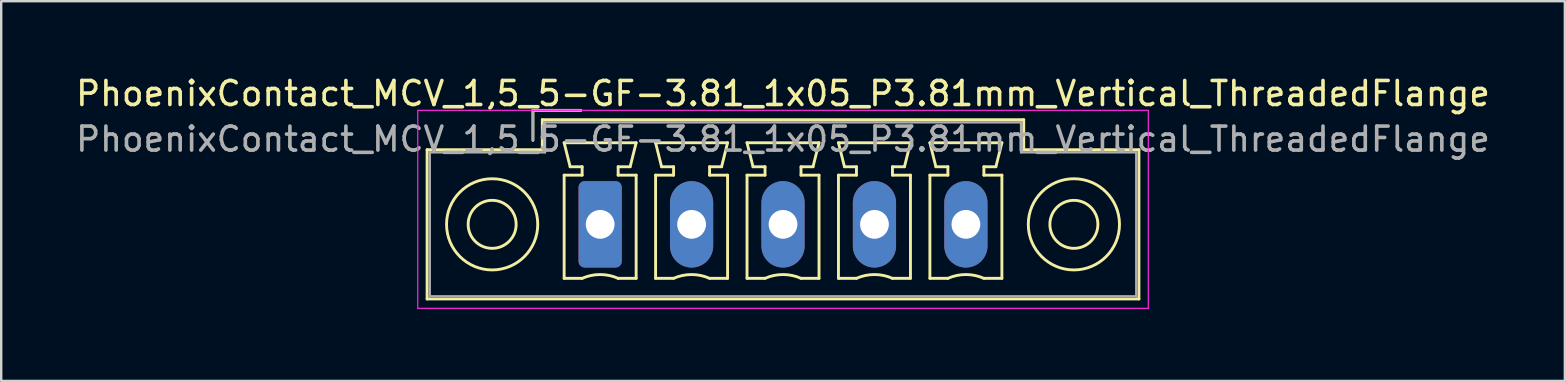
<source format=kicad_pcb>
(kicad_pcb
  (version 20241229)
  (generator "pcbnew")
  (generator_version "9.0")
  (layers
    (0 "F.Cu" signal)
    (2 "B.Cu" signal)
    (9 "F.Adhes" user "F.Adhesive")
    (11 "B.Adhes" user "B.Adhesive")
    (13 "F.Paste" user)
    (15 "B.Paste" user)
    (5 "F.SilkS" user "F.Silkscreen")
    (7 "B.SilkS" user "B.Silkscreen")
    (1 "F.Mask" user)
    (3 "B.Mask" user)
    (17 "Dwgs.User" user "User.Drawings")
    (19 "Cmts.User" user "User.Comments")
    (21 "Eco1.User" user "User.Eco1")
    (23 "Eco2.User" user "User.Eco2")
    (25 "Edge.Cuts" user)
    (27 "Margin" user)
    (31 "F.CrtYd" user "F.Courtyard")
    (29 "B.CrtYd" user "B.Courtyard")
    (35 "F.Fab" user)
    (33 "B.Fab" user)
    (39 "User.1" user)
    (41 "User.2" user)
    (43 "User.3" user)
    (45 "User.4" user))
  (footprint "PhoenixContact_MCV_1,5_5-GF-3.81_1x05_P3.81mm_Vertical_ThreadedFlange"
    (layer "F.Cu")
    (at 21.957 6.298)
    (property "Reference" "PhoenixContact_MCV_1,5_5-GF-3.81_1x05_P3.81mm_Vertical_ThreadedFlange" (at 7.62 -5.45 0) (layer "F.SilkS") (effects (font (size 1 1) (thickness 0.15))))
    (attr through_hole)
    (fp_line (start -7.21 -3.11) (end -7.21 3.11) (stroke (width 0.12) (type solid)) (layer "F.SilkS"))
    (fp_line (start -7.21 3.11) (end 22.45 3.11) (stroke (width 0.12) (type solid)) (layer "F.SilkS"))
    (fp_line (start -2.8 -4.75) (end -0.8 -4.75) (stroke (width 0.12) (type solid)) (layer "F.SilkS"))
    (fp_line (start -2.8 -3.5) (end -2.8 -4.75) (stroke (width 0.12) (type solid)) (layer "F.SilkS"))
    (fp_line (start -2.41 -4.36) (end -2.41 -3.11) (stroke (width 0.12) (type solid)) (layer "F.SilkS"))
    (fp_line (start -2.41 -3.11) (end -7.21 -3.11) (stroke (width 0.12) (type solid)) (layer "F.SilkS"))
    (fp_line (start -1.5 -3.4) (end 1.5 -3.4) (stroke (width 0.12) (type solid)) (layer "F.SilkS"))
    (fp_line (start -1.5 -2.05) (end -0.75 -2.05) (stroke (width 0.12) (type solid)) (layer "F.SilkS"))
    (fp_line (start -1.5 2.25) (end -1.5 -2.05) (stroke (width 0.12) (type solid)) (layer "F.SilkS"))
    (fp_line (start -1.25 -2.4) (end -1.5 -3.4) (stroke (width 0.12) (type solid)) (layer "F.SilkS"))
    (fp_line (start -0.75 -2.4) (end -1.25 -2.4) (stroke (width 0.12) (type solid)) (layer "F.SilkS"))
    (fp_line (start -0.75 -2.05) (end -0.75 -2.4) (stroke (width 0.12) (type solid)) (layer "F.SilkS"))
    (fp_line (start -0.75 2.25) (end -1.5 2.25) (stroke (width 0.12) (type solid)) (layer "F.SilkS"))
    (fp_line (start 0.75 -2.4) (end 0.75 -2.05) (stroke (width 0.12) (type solid)) (layer "F.SilkS"))
    (fp_line (start 0.75 -2.05) (end 1.5 -2.05) (stroke (width 0.12) (type solid)) (layer "F.SilkS"))
    (fp_line (start 1.25 -2.4) (end 0.75 -2.4) (stroke (width 0.12) (type solid)) (layer "F.SilkS"))
    (fp_line (start 1.5 -3.4) (end 1.25 -2.4) (stroke (width 0.12) (type solid)) (layer "F.SilkS"))
    (fp_line (start 1.5 -2.05) (end 1.5 2.25) (stroke (width 0.12) (type solid)) (layer "F.SilkS"))
    (fp_line (start 1.5 2.25) (end 0.75 2.25) (stroke (width 0.12) (type solid)) (layer "F.SilkS"))
    (fp_line (start 2.31 -3.4) (end 5.31 -3.4) (stroke (width 0.12) (type solid)) (layer "F.SilkS"))
    (fp_line (start 2.31 -2.05) (end 3.06 -2.05) (stroke (width 0.12) (type solid)) (layer "F.SilkS"))
    (fp_line (start 2.31 2.25) (end 2.31 -2.05) (stroke (width 0.12) (type solid)) (layer "F.SilkS"))
    (fp_line (start 2.56 -2.4) (end 2.31 -3.4) (stroke (width 0.12) (type solid)) (layer "F.SilkS"))
    (fp_line (start 3.06 -2.4) (end 2.56 -2.4) (stroke (width 0.12) (type solid)) (layer "F.SilkS"))
    (fp_line (start 3.06 -2.05) (end 3.06 -2.4) (stroke (width 0.12) (type solid)) (layer "F.SilkS"))
    (fp_line (start 3.06 2.25) (end 2.31 2.25) (stroke (width 0.12) (type solid)) (layer "F.SilkS"))
    (fp_line (start 4.56 -2.4) (end 4.56 -2.05) (stroke (width 0.12) (type solid)) (layer "F.SilkS"))
    (fp_line (start 4.56 -2.05) (end 5.31 -2.05) (stroke (width 0.12) (type solid)) (layer "F.SilkS"))
    (fp_line (start 5.06 -2.4) (end 4.56 -2.4) (stroke (width 0.12) (type solid)) (layer "F.SilkS"))
    (fp_line (start 5.31 -3.4) (end 5.06 -2.4) (stroke (width 0.12) (type solid)) (layer "F.SilkS"))
    (fp_line (start 5.31 -2.05) (end 5.31 2.25) (stroke (width 0.12) (type solid)) (layer "F.SilkS"))
    (fp_line (start 5.31 2.25) (end 4.56 2.25) (stroke (width 0.12) (type solid)) (layer "F.SilkS"))
    (fp_line (start 6.12 -3.4) (end 9.12 -3.4) (stroke (width 0.12) (type solid)) (layer "F.SilkS"))
    (fp_line (start 6.12 -2.05) (end 6.87 -2.05) (stroke (width 0.12) (type solid)) (layer "F.SilkS"))
    (fp_line (start 6.12 2.25) (end 6.12 -2.05) (stroke (width 0.12) (type solid)) (layer "F.SilkS"))
    (fp_line (start 6.37 -2.4) (end 6.12 -3.4) (stroke (width 0.12) (type solid)) (layer "F.SilkS"))
    (fp_line (start 6.87 -2.4) (end 6.37 -2.4) (stroke (width 0.12) (type solid)) (layer "F.SilkS"))
    (fp_line (start 6.87 -2.05) (end 6.87 -2.4) (stroke (width 0.12) (type solid)) (layer "F.SilkS"))
    (fp_line (start 6.87 2.25) (end 6.12 2.25) (stroke (width 0.12) (type solid)) (layer "F.SilkS"))
    (fp_line (start 8.37 -2.4) (end 8.37 -2.05) (stroke (width 0.12) (type solid)) (layer "F.SilkS"))
    (fp_line (start 8.37 -2.05) (end 9.12 -2.05) (stroke (width 0.12) (type solid)) (layer "F.SilkS"))
    (fp_line (start 8.87 -2.4) (end 8.37 -2.4) (stroke (width 0.12) (type solid)) (layer "F.SilkS"))
    (fp_line (start 9.12 -3.4) (end 8.87 -2.4) (stroke (width 0.12) (type solid)) (layer "F.SilkS"))
    (fp_line (start 9.12 -2.05) (end 9.12 2.25) (stroke (width 0.12) (type solid)) (layer "F.SilkS"))
    (fp_line (start 9.12 2.25) (end 8.37 2.25) (stroke (width 0.12) (type solid)) (layer "F.SilkS"))
    (fp_line (start 9.93 -3.4) (end 12.93 -3.4) (stroke (width 0.12) (type solid)) (layer "F.SilkS"))
    (fp_line (start 9.93 -2.05) (end 10.68 -2.05) (stroke (width 0.12) (type solid)) (layer "F.SilkS"))
    (fp_line (start 9.93 2.25) (end 9.93 -2.05) (stroke (width 0.12) (type solid)) (layer "F.SilkS"))
    (fp_line (start 10.18 -2.4) (end 9.93 -3.4) (stroke (width 0.12) (type solid)) (layer "F.SilkS"))
    (fp_line (start 10.68 -2.4) (end 10.18 -2.4) (stroke (width 0.12) (type solid)) (layer "F.SilkS"))
    (fp_line (start 10.68 -2.05) (end 10.68 -2.4) (stroke (width 0.12) (type solid)) (layer "F.SilkS"))
    (fp_line (start 10.68 2.25) (end 9.93 2.25) (stroke (width 0.12) (type solid)) (layer "F.SilkS"))
    (fp_line (start 12.18 -2.4) (end 12.18 -2.05) (stroke (width 0.12) (type solid)) (layer "F.SilkS"))
    (fp_line (start 12.18 -2.05) (end 12.93 -2.05) (stroke (width 0.12) (type solid)) (layer "F.SilkS"))
    (fp_line (start 12.68 -2.4) (end 12.18 -2.4) (stroke (width 0.12) (type solid)) (layer "F.SilkS"))
    (fp_line (start 12.93 -3.4) (end 12.68 -2.4) (stroke (width 0.12) (type solid)) (layer "F.SilkS"))
    (fp_line (start 12.93 -2.05) (end 12.93 2.25) (stroke (width 0.12) (type solid)) (layer "F.SilkS"))
    (fp_line (start 12.93 2.25) (end 12.18 2.25) (stroke (width 0.12) (type solid)) (layer "F.SilkS"))
    (fp_line (start 13.74 -3.4) (end 16.74 -3.4) (stroke (width 0.12) (type solid)) (layer "F.SilkS"))
    (fp_line (start 13.74 -2.05) (end 14.49 -2.05) (stroke (width 0.12) (type solid)) (layer "F.SilkS"))
    (fp_line (start 13.74 2.25) (end 13.74 -2.05) (stroke (width 0.12) (type solid)) (layer "F.SilkS"))
    (fp_line (start 13.99 -2.4) (end 13.74 -3.4) (stroke (width 0.12) (type solid)) (layer "F.SilkS"))
    (fp_line (start 14.49 -2.4) (end 13.99 -2.4) (stroke (width 0.12) (type solid)) (layer "F.SilkS"))
    (fp_line (start 14.49 -2.05) (end 14.49 -2.4) (stroke (width 0.12) (type solid)) (layer "F.SilkS"))
    (fp_line (start 14.49 2.25) (end 13.74 2.25) (stroke (width 0.12) (type solid)) (layer "F.SilkS"))
    (fp_line (start 15.99 -2.4) (end 15.99 -2.05) (stroke (width 0.12) (type solid)) (layer "F.SilkS"))
    (fp_line (start 15.99 -2.05) (end 16.74 -2.05) (stroke (width 0.12) (type solid)) (layer "F.SilkS"))
    (fp_line (start 16.49 -2.4) (end 15.99 -2.4) (stroke (width 0.12) (type solid)) (layer "F.SilkS"))
    (fp_line (start 16.74 -3.4) (end 16.49 -2.4) (stroke (width 0.12) (type solid)) (layer "F.SilkS"))
    (fp_line (start 16.74 -2.05) (end 16.74 2.25) (stroke (width 0.12) (type solid)) (layer "F.SilkS"))
    (fp_line (start 16.74 2.25) (end 15.99 2.25) (stroke (width 0.12) (type solid)) (layer "F.SilkS"))
    (fp_line (start 17.65 -4.36) (end -2.41 -4.36) (stroke (width 0.12) (type solid)) (layer "F.SilkS"))
    (fp_line (start 17.65 -3.11) (end 17.65 -4.36) (stroke (width 0.12) (type solid)) (layer "F.SilkS"))
    (fp_line (start 22.45 -3.11) (end 17.65 -3.11) (stroke (width 0.12) (type solid)) (layer "F.SilkS"))
    (fp_line (start 22.45 3.11) (end 22.45 -3.11) (stroke (width 0.12) (type solid)) (layer "F.SilkS"))
    (fp_arc (start -0.75 2.25) (mid -0.000193 2.09191) (end 0.749647 2.249844) (stroke (width 0.12) (type solid)) (layer "F.SilkS"))
    (fp_arc (start 3.06 2.25) (mid 3.809807 2.09191) (end 4.559647 2.249844) (stroke (width 0.12) (type solid)) (layer "F.SilkS"))
    (fp_arc (start 6.87 2.25) (mid 7.619807 2.09191) (end 8.369647 2.249844) (stroke (width 0.12) (type solid)) (layer "F.SilkS"))
    (fp_arc (start 10.68 2.25) (mid 11.429807 2.09191) (end 12.179647 2.249844) (stroke (width 0.12) (type solid)) (layer "F.SilkS"))
    (fp_arc (start 14.49 2.25) (mid 15.239807 2.09191) (end 15.989647 2.249844) (stroke (width 0.12) (type solid)) (layer "F.SilkS"))
    (fp_circle (center -4.5 0) (end -3.5 0) (stroke (width 0.12) (type solid)) (fill no) (layer "F.SilkS"))
    (fp_circle (center -4.5 0) (end -2.6 0) (stroke (width 0.12) (type solid)) (fill no) (layer "F.SilkS"))
    (fp_circle (center 19.74 0) (end 20.74 0) (stroke (width 0.12) (type solid)) (fill no) (layer "F.SilkS"))
    (fp_circle (center 19.74 0) (end 21.64 0) (stroke (width 0.12) (type solid)) (fill no) (layer "F.SilkS"))
    (fp_line (start -7.6 -4.75) (end -7.6 3.5) (stroke (width 0.05) (type solid)) (layer "F.CrtYd"))
    (fp_line (start -7.6 3.5) (end 22.84 3.5) (stroke (width 0.05) (type solid)) (layer "F.CrtYd"))
    (fp_line (start 22.84 -4.75) (end -7.6 -4.75) (stroke (width 0.05) (type solid)) (layer "F.CrtYd"))
    (fp_line (start 22.84 3.5) (end 22.84 -4.75) (stroke (width 0.05) (type solid)) (layer "F.CrtYd"))
    (fp_line (start -7.1 -3) (end -7.1 3) (stroke (width 0.1) (type solid)) (layer "F.Fab"))
    (fp_line (start -7.1 3) (end 22.34 3) (stroke (width 0.1) (type solid)) (layer "F.Fab"))
    (fp_line (start -2.8 -4.75) (end -0.8 -4.75) (stroke (width 0.1) (type solid)) (layer "F.Fab"))
    (fp_line (start -2.8 -3.5) (end -2.8 -4.75) (stroke (width 0.1) (type solid)) (layer "F.Fab"))
    (fp_line (start -2.3 -4.25) (end -2.3 -3) (stroke (width 0.1) (type solid)) (layer "F.Fab"))
    (fp_line (start -2.3 -3) (end -7.1 -3) (stroke (width 0.1) (type solid)) (layer "F.Fab"))
    (fp_line (start 17.54 -4.25) (end -2.3 -4.25) (stroke (width 0.1) (type solid)) (layer "F.Fab"))
    (fp_line (start 17.54 -3) (end 17.54 -4.25) (stroke (width 0.1) (type solid)) (layer "F.Fab"))
    (fp_line (start 22.34 -3) (end 17.54 -3) (stroke (width 0.1) (type solid)) (layer "F.Fab"))
    (fp_line (start 22.34 3) (end 22.34 -3) (stroke (width 0.1) (type solid)) (layer "F.Fab"))
    (fp_text user "${REFERENCE}" (at 7.62 -3.55 0) (layer "F.Fab") (effects (font (size 1 1) (thickness 0.15))))
    (pad "1" thru_hole roundrect (at 0 0) (size 1.8 3.6) (drill 1.2) (layers "*.Cu" "*.Mask") (roundrect_rratio 0.139))
    (pad "2" thru_hole oval (at 3.81 0) (size 1.8 3.6) (drill 1.2) (layers "*.Cu" "*.Mask"))
    (pad "3" thru_hole oval (at 7.62 0) (size 1.8 3.6) (drill 1.2) (layers "*.Cu" "*.Mask"))
    (pad "4" thru_hole oval (at 11.43 0) (size 1.8 3.6) (drill 1.2) (layers "*.Cu" "*.Mask"))
    (pad "5" thru_hole oval (at 15.24 0) (size 1.8 3.6) (drill 1.2) (layers "*.Cu" "*.Mask")))
  (gr_rect
    (start -3 -3)
    (end 62.155 12.823)
    (stroke (width 0.1) (type default))
    (fill no)
    (layer "Edge.Cuts")))
</source>
